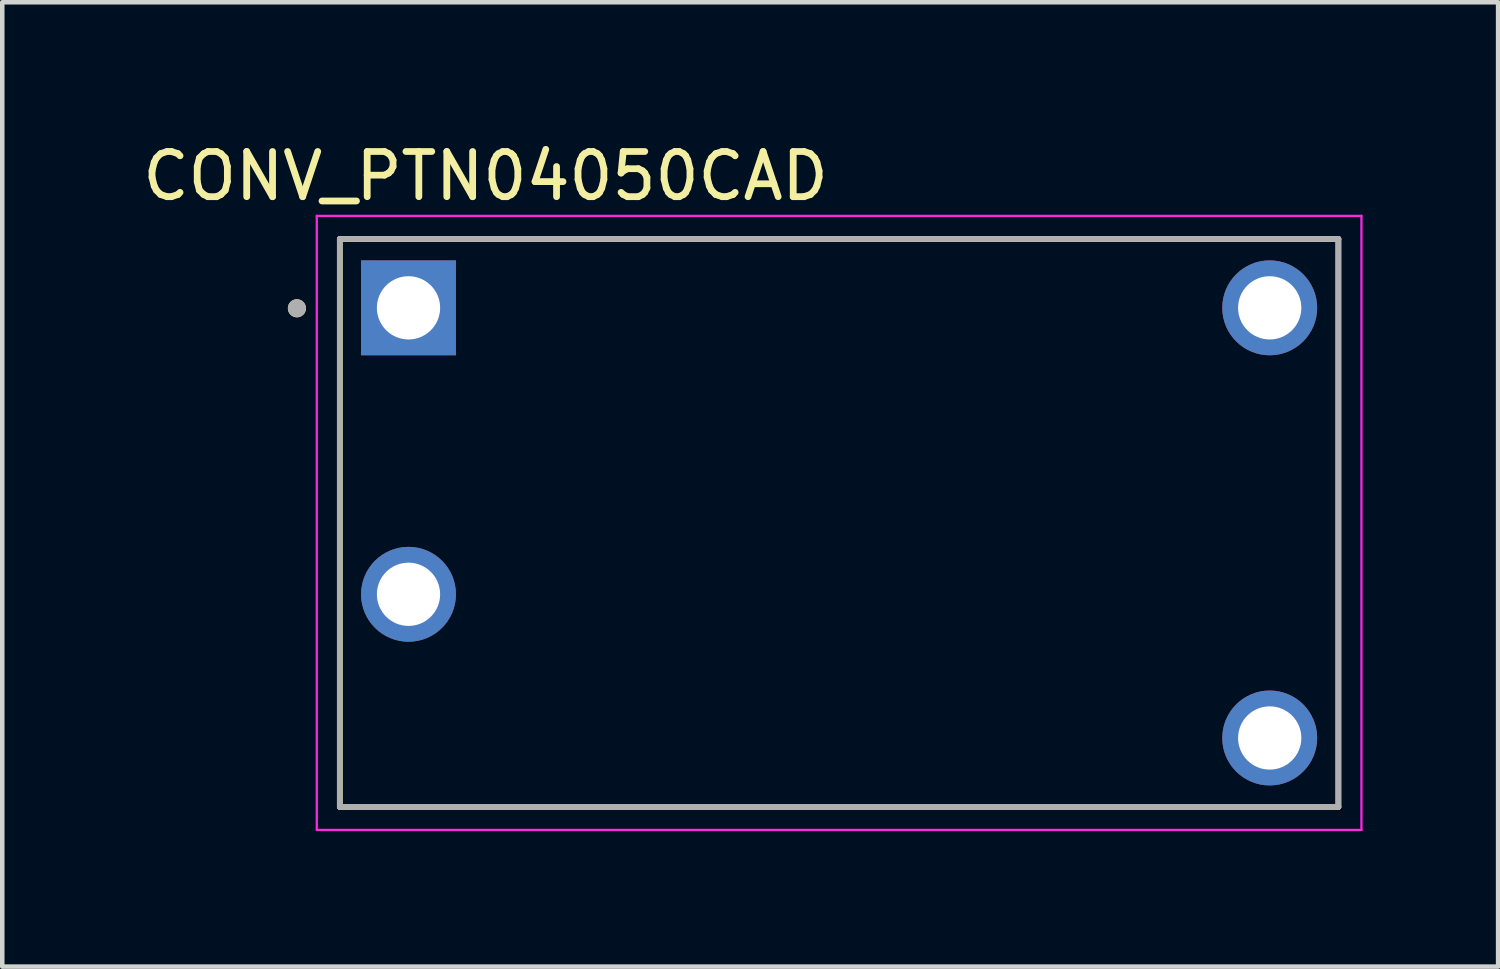
<source format=kicad_pcb>
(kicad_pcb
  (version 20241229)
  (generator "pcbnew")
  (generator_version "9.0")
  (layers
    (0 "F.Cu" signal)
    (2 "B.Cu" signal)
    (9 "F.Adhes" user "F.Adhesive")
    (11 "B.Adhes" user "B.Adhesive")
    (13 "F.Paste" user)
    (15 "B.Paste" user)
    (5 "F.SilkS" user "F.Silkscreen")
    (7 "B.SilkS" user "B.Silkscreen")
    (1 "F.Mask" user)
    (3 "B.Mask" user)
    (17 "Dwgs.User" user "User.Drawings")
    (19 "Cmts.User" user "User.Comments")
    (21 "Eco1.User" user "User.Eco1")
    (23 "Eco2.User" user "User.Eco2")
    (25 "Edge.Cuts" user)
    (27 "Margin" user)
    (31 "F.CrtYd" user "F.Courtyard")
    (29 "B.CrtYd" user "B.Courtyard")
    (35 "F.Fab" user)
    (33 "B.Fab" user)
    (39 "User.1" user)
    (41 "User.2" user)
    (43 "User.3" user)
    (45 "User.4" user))
  (footprint "CONV_PTN04050CAD"
    (layer "F.Cu")
    (at 15.521 8.523)
    (property "Reference" "CONV_PTN04050CAD" (at -7.825 -7.675 0) (layer "F.SilkS") (effects (font (size 1 1) (thickness 0.15))))
    (attr through_hole)
    (fp_line (start -11.05 -6.285) (end -11.05 6.285) (stroke (width 0.127) (type solid)) (layer "F.SilkS"))
    (fp_line (start -11.05 6.285) (end 11.05 6.285) (stroke (width 0.127) (type solid)) (layer "F.SilkS"))
    (fp_line (start 11.05 -6.285) (end -11.05 -6.285) (stroke (width 0.127) (type solid)) (layer "F.SilkS"))
    (fp_line (start 11.05 6.285) (end 11.05 -6.285) (stroke (width 0.127) (type solid)) (layer "F.SilkS"))
    (fp_circle (center -12 -4.75) (end -11.9 -4.75) (stroke (width 0.2) (type solid)) (fill no) (layer "F.SilkS"))
    (fp_line (start -11.56 -6.795) (end -11.56 6.795) (stroke (width 0.05) (type solid)) (layer "F.CrtYd"))
    (fp_line (start -11.56 6.795) (end 11.56 6.795) (stroke (width 0.05) (type solid)) (layer "F.CrtYd"))
    (fp_line (start 11.56 -6.795) (end -11.56 -6.795) (stroke (width 0.05) (type solid)) (layer "F.CrtYd"))
    (fp_line (start 11.56 6.795) (end 11.56 -6.795) (stroke (width 0.05) (type solid)) (layer "F.CrtYd"))
    (fp_line (start -11.05 -6.285) (end -11.05 6.285) (stroke (width 0.127) (type solid)) (layer "F.Fab"))
    (fp_line (start -11.05 6.285) (end 11.05 6.285) (stroke (width 0.127) (type solid)) (layer "F.Fab"))
    (fp_line (start 11.05 -6.285) (end -11.05 -6.285) (stroke (width 0.127) (type solid)) (layer "F.Fab"))
    (fp_line (start 11.05 6.285) (end 11.05 -6.285) (stroke (width 0.127) (type solid)) (layer "F.Fab"))
    (fp_circle (center -12 -4.75) (end -11.9 -4.75) (stroke (width 0.2) (type solid)) (fill no) (layer "F.Fab"))
    (pad "1" thru_hole rect (at -9.53 -4.76) (size 2.1 2.1) (drill 1.4) (layers "*.Cu" "*.Mask"))
    (pad "2" thru_hole circle (at -9.53 1.58) (size 2.1 2.1) (drill 1.4) (layers "*.Cu" "*.Mask"))
    (pad "3" thru_hole circle (at 9.53 4.76) (size 2.1 2.1) (drill 1.4) (layers "*.Cu" "*.Mask"))
    (pad "4" thru_hole circle (at 9.53 -4.76) (size 2.1 2.1) (drill 1.4) (layers "*.Cu" "*.Mask")))
  (gr_rect
    (start -3 -3)
    (end 30.106 18.343)
    (stroke (width 0.1) (type default))
    (fill no)
    (layer "Edge.Cuts")))
</source>
